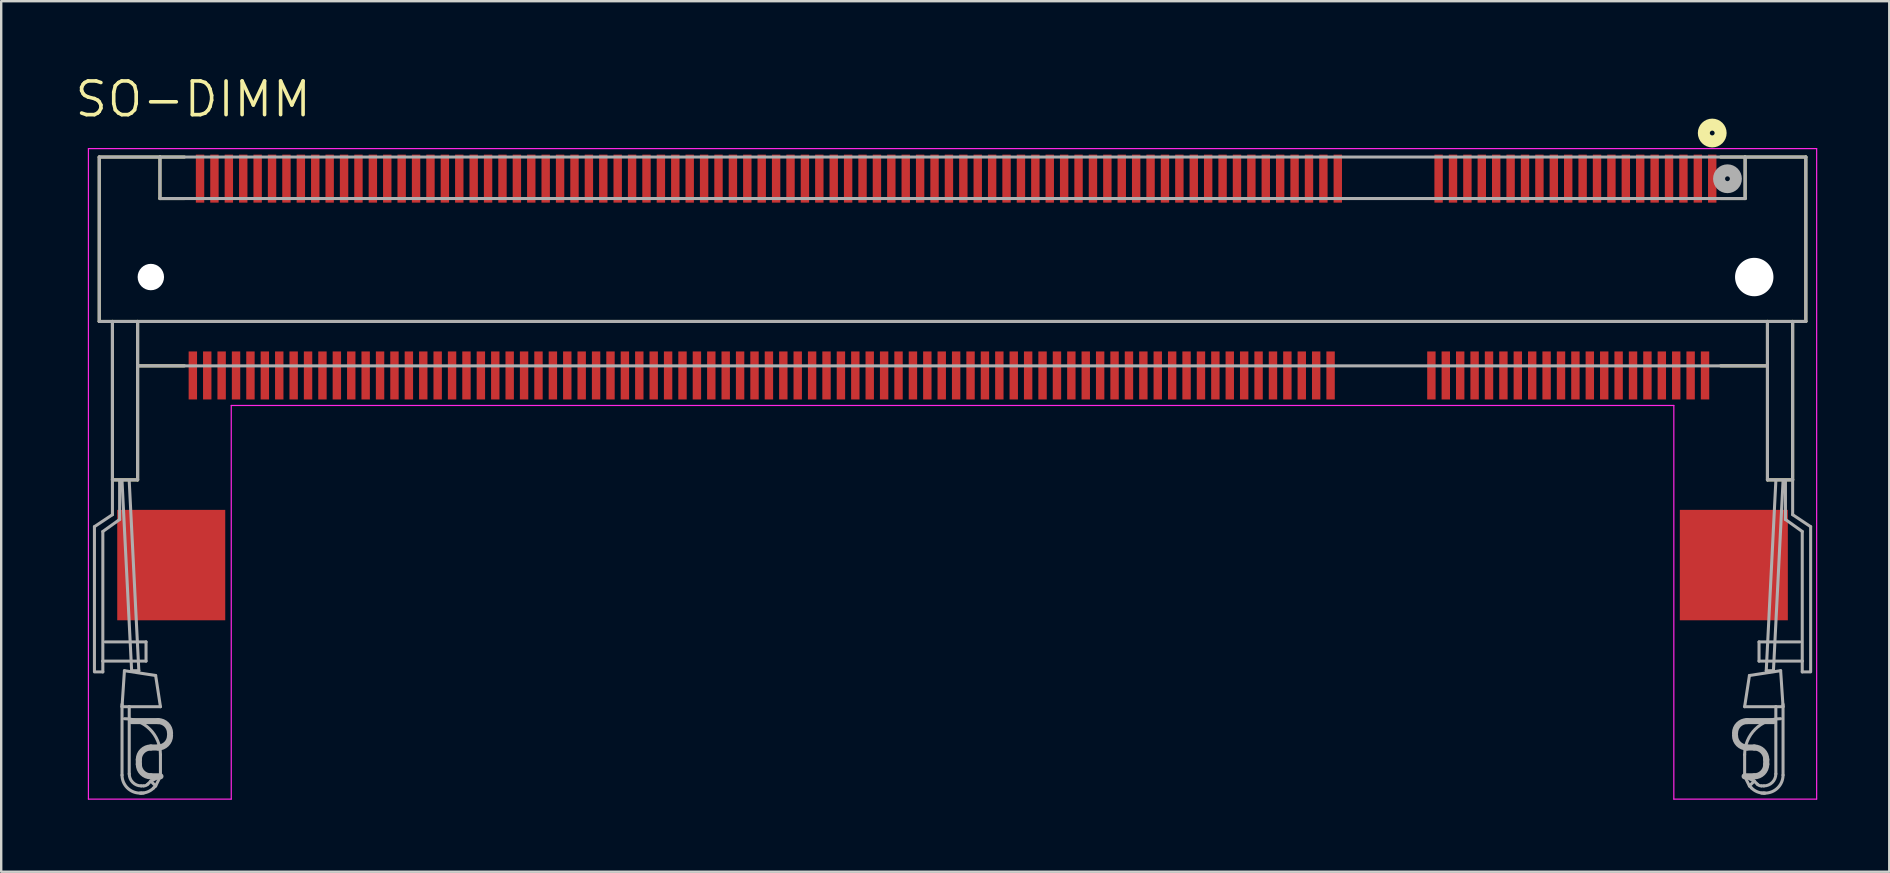
<source format=kicad_pcb>
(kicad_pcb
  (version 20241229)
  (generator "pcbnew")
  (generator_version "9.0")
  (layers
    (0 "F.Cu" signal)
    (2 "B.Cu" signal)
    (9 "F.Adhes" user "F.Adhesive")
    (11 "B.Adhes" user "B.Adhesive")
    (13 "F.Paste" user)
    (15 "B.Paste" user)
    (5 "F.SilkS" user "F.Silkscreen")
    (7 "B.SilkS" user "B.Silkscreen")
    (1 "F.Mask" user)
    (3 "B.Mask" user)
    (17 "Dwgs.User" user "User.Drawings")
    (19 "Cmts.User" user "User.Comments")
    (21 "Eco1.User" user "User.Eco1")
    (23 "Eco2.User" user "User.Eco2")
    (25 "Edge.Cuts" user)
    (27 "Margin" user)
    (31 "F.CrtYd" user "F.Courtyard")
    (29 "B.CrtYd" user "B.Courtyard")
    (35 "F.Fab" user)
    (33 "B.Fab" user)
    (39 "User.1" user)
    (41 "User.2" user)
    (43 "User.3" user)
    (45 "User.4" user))
  (footprint "SO-DIMM"
    (layer "F.Cu")
    (at 36.634 8.492)
    (property "Reference" "SO-DIMM" (at -31.637 -7.408 0) (layer "F.SilkS") (effects (font (size 1.404 1.404) (thickness 0.15))))
    (attr smd)
    (fp_line (start -35.55 -5) (end -35.55 1.85) (stroke (width 0.127) (type solid)) (layer "F.SilkS"))
    (fp_line (start -35.55 -5) (end -33.02 -5) (stroke (width 0.127) (type solid)) (layer "F.SilkS"))
    (fp_line (start -35.55 1.85) (end -35 1.85) (stroke (width 0.127) (type solid)) (layer "F.SilkS"))
    (fp_line (start -35 1.85) (end -35 8.45) (stroke (width 0.127) (type solid)) (layer "F.SilkS"))
    (fp_line (start -35 1.85) (end -33.95 1.85) (stroke (width 0.127) (type solid)) (layer "F.SilkS"))
    (fp_line (start -33.95 1.85) (end -33.95 3.7) (stroke (width 0.127) (type solid)) (layer "F.SilkS"))
    (fp_line (start -33.95 1.85) (end 33.95 1.85) (stroke (width 0.127) (type solid)) (layer "F.SilkS"))
    (fp_line (start -33.95 3.7) (end -33.95 8.45) (stroke (width 0.127) (type solid)) (layer "F.SilkS"))
    (fp_line (start -33.95 3.7) (end -32 3.7) (stroke (width 0.127) (type solid)) (layer "F.SilkS"))
    (fp_line (start -33.95 8.45) (end -35 8.45) (stroke (width 0.127) (type solid)) (layer "F.SilkS"))
    (fp_line (start -33.02 -5) (end -33.02 -3.27) (stroke (width 0.127) (type solid)) (layer "F.SilkS"))
    (fp_line (start -33.02 -3.27) (end -32 -3.27) (stroke (width 0.127) (type solid)) (layer "F.SilkS"))
    (fp_line (start -33 -5) (end -32 -5) (stroke (width 0.127) (type solid)) (layer "F.SilkS"))
    (fp_line (start 32 -5) (end 33 -5) (stroke (width 0.127) (type solid)) (layer "F.SilkS"))
    (fp_line (start 32 3.7) (end 33.95 3.7) (stroke (width 0.127) (type solid)) (layer "F.SilkS"))
    (fp_line (start 33.02 -5) (end 33.02 -3.27) (stroke (width 0.127) (type solid)) (layer "F.SilkS"))
    (fp_line (start 33.02 -3.27) (end 32 -3.27) (stroke (width 0.127) (type solid)) (layer "F.SilkS"))
    (fp_line (start 33.95 1.85) (end 33.95 8.45) (stroke (width 0.127) (type solid)) (layer "F.SilkS"))
    (fp_line (start 33.95 1.85) (end 35 1.85) (stroke (width 0.127) (type solid)) (layer "F.SilkS"))
    (fp_line (start 33.95 8.45) (end 35 8.45) (stroke (width 0.127) (type solid)) (layer "F.SilkS"))
    (fp_line (start 35 1.85) (end 35.55 1.85) (stroke (width 0.127) (type solid)) (layer "F.SilkS"))
    (fp_line (start 35 8.45) (end 35 1.85) (stroke (width 0.127) (type solid)) (layer "F.SilkS"))
    (fp_line (start 35.55 -5) (end 33.02 -5) (stroke (width 0.127) (type solid)) (layer "F.SilkS"))
    (fp_line (start 35.55 1.85) (end 35.55 -5) (stroke (width 0.127) (type solid)) (layer "F.SilkS"))
    (fp_circle (center 31.65 -6) (end 31.75 -6) (stroke (width 0.5) (type solid)) (fill no) (layer "F.SilkS"))
    (fp_line (start -36 -5.35) (end 36 -5.35) (stroke (width 0.05) (type solid)) (layer "F.CrtYd"))
    (fp_line (start -36 21.75) (end -36 -5.35) (stroke (width 0.05) (type solid)) (layer "F.CrtYd"))
    (fp_line (start -36 21.75) (end -30.05 21.75) (stroke (width 0.05) (type solid)) (layer "F.CrtYd"))
    (fp_line (start -30.05 5.35) (end 30.05 5.35) (stroke (width 0.05) (type solid)) (layer "F.CrtYd"))
    (fp_line (start -30.05 21.75) (end -30.05 5.35) (stroke (width 0.05) (type solid)) (layer "F.CrtYd"))
    (fp_line (start 30.05 5.35) (end 30.05 21.75) (stroke (width 0.05) (type solid)) (layer "F.CrtYd"))
    (fp_line (start 30.05 21.75) (end 36 21.75) (stroke (width 0.05) (type solid)) (layer "F.CrtYd"))
    (fp_line (start 36 -5.35) (end 36 21.75) (stroke (width 0.05) (type solid)) (layer "F.CrtYd"))
    (fp_line (start -35.75 10.4) (end -35.75 16.45) (stroke (width 0.127) (type solid)) (layer "F.Fab"))
    (fp_line (start -35.7 16.45) (end -35.4 16.45) (stroke (width 0.127) (type solid)) (layer "F.Fab"))
    (fp_line (start -35.55 -5) (end -35.55 1.85) (stroke (width 0.127) (type solid)) (layer "F.Fab"))
    (fp_line (start -35.55 1.85) (end -35 1.85) (stroke (width 0.127) (type solid)) (layer "F.Fab"))
    (fp_line (start -35.4 16) (end -35.4 10.6) (stroke (width 0.127) (type solid)) (layer "F.Fab"))
    (fp_line (start -35.4 16.45) (end -35.4 16) (stroke (width 0.127) (type solid)) (layer "F.Fab"))
    (fp_line (start -35.3 15.2) (end -33.6 15.2) (stroke (width 0.127) (type solid)) (layer "F.Fab"))
    (fp_line (start -35 1.85) (end -35 8.45) (stroke (width 0.127) (type solid)) (layer "F.Fab"))
    (fp_line (start -35 1.85) (end -33.95 1.85) (stroke (width 0.127) (type solid)) (layer "F.Fab"))
    (fp_line (start -35 8.45) (end -35 9.9) (stroke (width 0.127) (type solid)) (layer "F.Fab"))
    (fp_line (start -35 8.45) (end -33.95 8.45) (stroke (width 0.127) (type solid)) (layer "F.Fab"))
    (fp_line (start -35 9.9) (end -35.75 10.4) (stroke (width 0.127) (type solid)) (layer "F.Fab"))
    (fp_line (start -34.7 8.5) (end -34.7 10.1) (stroke (width 0.127) (type solid)) (layer "F.Fab"))
    (fp_line (start -34.7 10.1) (end -35.4 10.6) (stroke (width 0.127) (type solid)) (layer "F.Fab"))
    (fp_line (start -34.6 8.5) (end -34.2 16.4) (stroke (width 0.127) (type solid)) (layer "F.Fab"))
    (fp_line (start -34.6 17.8) (end -34.6 20.75) (stroke (width 0.127) (type solid)) (layer "F.Fab"))
    (fp_line (start -34.6 17.9) (end -34.5 16.4) (stroke (width 0.127) (type solid)) (layer "F.Fab"))
    (fp_line (start -34.5 16.4) (end -33.2 16.6) (stroke (width 0.127) (type solid)) (layer "F.Fab"))
    (fp_line (start -34.3 17.9) (end -34.6 17.9) (stroke (width 0.127) (type solid)) (layer "F.Fab"))
    (fp_line (start -34.3 20.7) (end -34.3 17.9) (stroke (width 0.127) (type solid)) (layer "F.Fab"))
    (fp_line (start -34.2 16.4) (end -33.9 16.4) (stroke (width 0.127) (type solid)) (layer "F.Fab"))
    (fp_line (start -33.95 1.85) (end 33.95 1.85) (stroke (width 0.127) (type solid)) (layer "F.Fab"))
    (fp_line (start -33.95 3.7) (end -33.95 1.85) (stroke (width 0.127) (type solid)) (layer "F.Fab"))
    (fp_line (start -33.95 8.45) (end -33.95 3.7) (stroke (width 0.127) (type solid)) (layer "F.Fab"))
    (fp_line (start -33.9 16.4) (end -34.3 8.5) (stroke (width 0.127) (type solid)) (layer "F.Fab"))
    (fp_line (start -33.9 20.3) (end -33.9 20.1) (stroke (width 0.254) (type solid)) (layer "F.Fab"))
    (fp_line (start -33.85 21.5) (end -33.8 21.5) (stroke (width 0.127) (type solid)) (layer "F.Fab"))
    (fp_line (start -33.8 21.5) (end -33.707 21.5) (stroke (width 0.127) (type solid)) (layer "F.Fab"))
    (fp_line (start -33.707 21.2) (end -33.8 21.2) (stroke (width 0.127) (type solid)) (layer "F.Fab"))
    (fp_line (start -33.6 15.2) (end -33.6 16) (stroke (width 0.127) (type solid)) (layer "F.Fab"))
    (fp_line (start -33.6 16) (end -35.4 16) (stroke (width 0.127) (type solid)) (layer "F.Fab"))
    (fp_line (start -33.529 21.129) (end -33.4 21) (stroke (width 0.127) (type solid)) (layer "F.Fab"))
    (fp_line (start -33.4 19.6) (end -33.1 19.6) (stroke (width 0.254) (type solid)) (layer "F.Fab"))
    (fp_line (start -33.288 21.288) (end -33.2 21.2) (stroke (width 0.127) (type solid)) (layer "F.Fab"))
    (fp_line (start -33.2 16.6) (end -33 17.9) (stroke (width 0.127) (type solid)) (layer "F.Fab"))
    (fp_line (start -33.2 21.2) (end -33.4 21) (stroke (width 0.127) (type solid)) (layer "F.Fab"))
    (fp_line (start -33.2 21.2) (end -33 20.8) (stroke (width 0.127) (type solid)) (layer "F.Fab"))
    (fp_line (start -33.1 18.5) (end -34.2 18.5) (stroke (width 0.254) (type solid)) (layer "F.Fab"))
    (fp_line (start -33.02 -5) (end -35.55 -5) (stroke (width 0.127) (type solid)) (layer "F.Fab"))
    (fp_line (start -33.02 -3.27) (end -33.02 -5) (stroke (width 0.127) (type solid)) (layer "F.Fab"))
    (fp_line (start -33 17.9) (end -34.3 17.9) (stroke (width 0.127) (type solid)) (layer "F.Fab"))
    (fp_line (start -33 20.8) (end -33.4 20.8) (stroke (width 0.254) (type solid)) (layer "F.Fab"))
    (fp_line (start -33 20.8) (end -33.4 21) (stroke (width 0.127) (type solid)) (layer "F.Fab"))
    (fp_line (start -33 20.8) (end -33 19.9) (stroke (width 0.127) (type solid)) (layer "F.Fab"))
    (fp_line (start -32.6 19.1) (end -32.6 19) (stroke (width 0.127) (type solid)) (layer "F.Fab"))
    (fp_line (start 32.6 19.1) (end 32.6 19) (stroke (width 0.127) (type solid)) (layer "F.Fab"))
    (fp_line (start 33 17.9) (end 34.3 17.9) (stroke (width 0.127) (type solid)) (layer "F.Fab"))
    (fp_line (start 33 20.8) (end 33 19.9) (stroke (width 0.127) (type solid)) (layer "F.Fab"))
    (fp_line (start 33 20.8) (end 33.4 20.8) (stroke (width 0.254) (type solid)) (layer "F.Fab"))
    (fp_line (start 33 20.8) (end 33.4 21) (stroke (width 0.127) (type solid)) (layer "F.Fab"))
    (fp_line (start 33.02 -5) (end -33.02 -5) (stroke (width 0.127) (type solid)) (layer "F.Fab"))
    (fp_line (start 33.02 -5) (end 33.02 -3.27) (stroke (width 0.127) (type solid)) (layer "F.Fab"))
    (fp_line (start 33.02 -3.27) (end -33.02 -3.27) (stroke (width 0.127) (type solid)) (layer "F.Fab"))
    (fp_line (start 33.1 18.5) (end 34.2 18.5) (stroke (width 0.254) (type solid)) (layer "F.Fab"))
    (fp_line (start 33.2 16.6) (end 33 17.9) (stroke (width 0.127) (type solid)) (layer "F.Fab"))
    (fp_line (start 33.2 21.2) (end 33 20.8) (stroke (width 0.127) (type solid)) (layer "F.Fab"))
    (fp_line (start 33.2 21.2) (end 33.4 21) (stroke (width 0.127) (type solid)) (layer "F.Fab"))
    (fp_line (start 33.288 21.288) (end 33.2 21.2) (stroke (width 0.127) (type solid)) (layer "F.Fab"))
    (fp_line (start 33.4 19.6) (end 33.1 19.6) (stroke (width 0.254) (type solid)) (layer "F.Fab"))
    (fp_line (start 33.529 21.129) (end 33.4 21) (stroke (width 0.127) (type solid)) (layer "F.Fab"))
    (fp_line (start 33.6 15.2) (end 33.6 16) (stroke (width 0.127) (type solid)) (layer "F.Fab"))
    (fp_line (start 33.6 16) (end 35.4 16) (stroke (width 0.127) (type solid)) (layer "F.Fab"))
    (fp_line (start 33.707 21.2) (end 33.8 21.2) (stroke (width 0.127) (type solid)) (layer "F.Fab"))
    (fp_line (start 33.8 21.5) (end 33.707 21.5) (stroke (width 0.127) (type solid)) (layer "F.Fab"))
    (fp_line (start 33.85 21.5) (end 33.8 21.5) (stroke (width 0.127) (type solid)) (layer "F.Fab"))
    (fp_line (start 33.9 16.4) (end 34.3 8.5) (stroke (width 0.127) (type solid)) (layer "F.Fab"))
    (fp_line (start 33.9 20.3) (end 33.9 20.1) (stroke (width 0.254) (type solid)) (layer "F.Fab"))
    (fp_line (start 33.95 1.85) (end 33.95 3.7) (stroke (width 0.127) (type solid)) (layer "F.Fab"))
    (fp_line (start 33.95 1.85) (end 35.55 1.85) (stroke (width 0.127) (type solid)) (layer "F.Fab"))
    (fp_line (start 33.95 3.7) (end -33.95 3.7) (stroke (width 0.127) (type solid)) (layer "F.Fab"))
    (fp_line (start 33.95 8.45) (end 33.95 3.7) (stroke (width 0.127) (type solid)) (layer "F.Fab"))
    (fp_line (start 34.2 16.4) (end 33.9 16.4) (stroke (width 0.127) (type solid)) (layer "F.Fab"))
    (fp_line (start 34.3 17.9) (end 34.6 17.9) (stroke (width 0.127) (type solid)) (layer "F.Fab"))
    (fp_line (start 34.3 20.7) (end 34.3 17.9) (stroke (width 0.127) (type solid)) (layer "F.Fab"))
    (fp_line (start 34.5 16.4) (end 33.2 16.6) (stroke (width 0.127) (type solid)) (layer "F.Fab"))
    (fp_line (start 34.6 8.5) (end 34.2 16.4) (stroke (width 0.127) (type solid)) (layer "F.Fab"))
    (fp_line (start 34.6 17.8) (end 34.6 20.75) (stroke (width 0.127) (type solid)) (layer "F.Fab"))
    (fp_line (start 34.6 17.9) (end 34.5 16.4) (stroke (width 0.127) (type solid)) (layer "F.Fab"))
    (fp_line (start 34.7 8.5) (end 34.7 10.1) (stroke (width 0.127) (type solid)) (layer "F.Fab"))
    (fp_line (start 34.7 10.1) (end 35.4 10.6) (stroke (width 0.127) (type solid)) (layer "F.Fab"))
    (fp_line (start 35 1.85) (end 35 8.45) (stroke (width 0.127) (type solid)) (layer "F.Fab"))
    (fp_line (start 35 8.45) (end 33.95 8.45) (stroke (width 0.127) (type solid)) (layer "F.Fab"))
    (fp_line (start 35 8.45) (end 35 9.9) (stroke (width 0.127) (type solid)) (layer "F.Fab"))
    (fp_line (start 35 9.9) (end 35.75 10.4) (stroke (width 0.127) (type solid)) (layer "F.Fab"))
    (fp_line (start 35.3 15.2) (end 33.6 15.2) (stroke (width 0.127) (type solid)) (layer "F.Fab"))
    (fp_line (start 35.4 16) (end 35.4 10.6) (stroke (width 0.127) (type solid)) (layer "F.Fab"))
    (fp_line (start 35.4 16.45) (end 35.4 16) (stroke (width 0.127) (type solid)) (layer "F.Fab"))
    (fp_line (start 35.55 -5) (end 33.02 -5) (stroke (width 0.127) (type solid)) (layer "F.Fab"))
    (fp_line (start 35.55 1.85) (end 35.55 -5) (stroke (width 0.127) (type solid)) (layer "F.Fab"))
    (fp_line (start 35.7 16.45) (end 35.4 16.45) (stroke (width 0.127) (type solid)) (layer "F.Fab"))
    (fp_line (start 35.75 10.4) (end 35.75 16.45) (stroke (width 0.127) (type solid)) (layer "F.Fab"))
    (fp_arc (start -34.5 18.4) (mid -33.43934 18.83934) (end -33 19.9) (stroke (width 0.127) (type solid)) (layer "F.Fab"))
    (fp_arc (start -33.9 20.1) (mid -33.753553 19.746447) (end -33.4 19.6) (stroke (width 0.254) (type solid)) (layer "F.Fab"))
    (fp_arc (start -33.85 21.5) (mid -34.38033 21.28033) (end -34.6 20.75) (stroke (width 0.127) (type solid)) (layer "F.Fab"))
    (fp_arc (start -33.8 21.2) (mid -34.153553 21.053553) (end -34.3 20.7) (stroke (width 0.127) (type solid)) (layer "F.Fab"))
    (fp_arc (start -33.5293 21.1293) (mid -33.607619 21.181627) (end -33.7 21.2) (stroke (width 0.127) (type solid)) (layer "F.Fab"))
    (fp_arc (start -33.4 20.8) (mid -33.753553 20.653553) (end -33.9 20.3) (stroke (width 0.254) (type solid)) (layer "F.Fab"))
    (fp_arc (start -33.2879 21.2879) (mid -33.522855 21.444881) (end -33.8 21.5) (stroke (width 0.127) (type solid)) (layer "F.Fab"))
    (fp_arc (start -33.1 18.5) (mid -32.746447 18.646447) (end -32.6 19) (stroke (width 0.254) (type solid)) (layer "F.Fab"))
    (fp_arc (start -32.6 19.1) (mid -32.746447 19.453553) (end -33.1 19.6) (stroke (width 0.254) (type solid)) (layer "F.Fab"))
    (fp_arc (start 32.6 19) (mid 32.746447 18.646447) (end 33.1 18.5) (stroke (width 0.254) (type solid)) (layer "F.Fab"))
    (fp_arc (start 33 19.9) (mid 33.43934 18.83934) (end 34.5 18.4) (stroke (width 0.127) (type solid)) (layer "F.Fab"))
    (fp_arc (start 33.1 19.6) (mid 32.746447 19.453553) (end 32.6 19.1) (stroke (width 0.254) (type solid)) (layer "F.Fab"))
    (fp_arc (start 33.4 19.6) (mid 33.753553 19.746447) (end 33.9 20.1) (stroke (width 0.254) (type solid)) (layer "F.Fab"))
    (fp_arc (start 33.7 21.2) (mid 33.607619 21.181627) (end 33.5293 21.1293) (stroke (width 0.127) (type solid)) (layer "F.Fab"))
    (fp_arc (start 33.8 21.5) (mid 33.522856 21.444881) (end 33.2879 21.2879) (stroke (width 0.127) (type solid)) (layer "F.Fab"))
    (fp_arc (start 33.9 20.3) (mid 33.753553 20.653553) (end 33.4 20.8) (stroke (width 0.254) (type solid)) (layer "F.Fab"))
    (fp_arc (start 34.3 20.7) (mid 34.153553 21.053553) (end 33.8 21.2) (stroke (width 0.127) (type solid)) (layer "F.Fab"))
    (fp_arc (start 34.6 20.75) (mid 34.38033 21.28033) (end 33.85 21.5) (stroke (width 0.127) (type solid)) (layer "F.Fab"))
    (fp_circle (center 32.285 -4.095) (end 32.385 -4.095) (stroke (width 0.5) (type solid)) (fill no) (layer "F.Fab"))
    (pad "" np_thru_hole circle (at -33.4 0) (size 1.1 1.1) (drill 1.1) (layers "*.Cu" "*.Mask"))
    (pad "" np_thru_hole circle (at 33.4 0) (size 1.6 1.6) (drill 1.6) (layers "*.Cu" "*.Mask"))
    (pad "1" smd rect (at 31.65 -4.1) (size 0.35 2) (layers "F.Cu" "F.Mask" "F.Paste"))
    (pad "2" smd rect (at 31.35 4.1) (size 0.35 2) (layers "F.Cu" "F.Mask" "F.Paste"))
    (pad "3" smd rect (at 31.05 -4.1) (size 0.35 2) (layers "F.Cu" "F.Mask" "F.Paste"))
    (pad "4" smd rect (at 30.75 4.1) (size 0.35 2) (layers "F.Cu" "F.Mask" "F.Paste"))
    (pad "5" smd rect (at 30.45 -4.1) (size 0.35 2) (layers "F.Cu" "F.Mask" "F.Paste"))
    (pad "6" smd rect (at 30.15 4.1) (size 0.35 2) (layers "F.Cu" "F.Mask" "F.Paste"))
    (pad "7" smd rect (at 29.85 -4.1) (size 0.35 2) (layers "F.Cu" "F.Mask" "F.Paste"))
    (pad "8" smd rect (at 29.55 4.1) (size 0.35 2) (layers "F.Cu" "F.Mask" "F.Paste"))
    (pad "9" smd rect (at 29.25 -4.1) (size 0.35 2) (layers "F.Cu" "F.Mask" "F.Paste"))
    (pad "10" smd rect (at 28.95 4.1) (size 0.35 2) (layers "F.Cu" "F.Mask" "F.Paste"))
    (pad "11" smd rect (at 28.65 -4.1) (size 0.35 2) (layers "F.Cu" "F.Mask" "F.Paste"))
    (pad "12" smd rect (at 28.35 4.1) (size 0.35 2) (layers "F.Cu" "F.Mask" "F.Paste"))
    (pad "13" smd rect (at 28.05 -4.1) (size 0.35 2) (layers "F.Cu" "F.Mask" "F.Paste"))
    (pad "14" smd rect (at 27.75 4.1) (size 0.35 2) (layers "F.Cu" "F.Mask" "F.Paste"))
    (pad "15" smd rect (at 27.45 -4.1) (size 0.35 2) (layers "F.Cu" "F.Mask" "F.Paste"))
    (pad "16" smd rect (at 27.15 4.1) (size 0.35 2) (layers "F.Cu" "F.Mask" "F.Paste"))
    (pad "17" smd rect (at 26.85 -4.1) (size 0.35 2) (layers "F.Cu" "F.Mask" "F.Paste"))
    (pad "18" smd rect (at 26.55 4.1) (size 0.35 2) (layers "F.Cu" "F.Mask" "F.Paste"))
    (pad "19" smd rect (at 26.25 -4.1) (size 0.35 2) (layers "F.Cu" "F.Mask" "F.Paste"))
    (pad "20" smd rect (at 25.95 4.1) (size 0.35 2) (layers "F.Cu" "F.Mask" "F.Paste"))
    (pad "21" smd rect (at 25.65 -4.1) (size 0.35 2) (layers "F.Cu" "F.Mask" "F.Paste"))
    (pad "22" smd rect (at 25.35 4.1) (size 0.35 2) (layers "F.Cu" "F.Mask" "F.Paste"))
    (pad "23" smd rect (at 25.05 -4.1) (size 0.35 2) (layers "F.Cu" "F.Mask" "F.Paste"))
    (pad "24" smd rect (at 24.75 4.1) (size 0.35 2) (layers "F.Cu" "F.Mask" "F.Paste"))
    (pad "25" smd rect (at 24.45 -4.1) (size 0.35 2) (layers "F.Cu" "F.Mask" "F.Paste"))
    (pad "26" smd rect (at 24.15 4.1) (size 0.35 2) (layers "F.Cu" "F.Mask" "F.Paste"))
    (pad "27" smd rect (at 23.85 -4.1) (size 0.35 2) (layers "F.Cu" "F.Mask" "F.Paste"))
    (pad "28" smd rect (at 23.55 4.1) (size 0.35 2) (layers "F.Cu" "F.Mask" "F.Paste"))
    (pad "29" smd rect (at 23.25 -4.1) (size 0.35 2) (layers "F.Cu" "F.Mask" "F.Paste"))
    (pad "30" smd rect (at 22.95 4.1) (size 0.35 2) (layers "F.Cu" "F.Mask" "F.Paste"))
    (pad "31" smd rect (at 22.65 -4.1) (size 0.35 2) (layers "F.Cu" "F.Mask" "F.Paste"))
    (pad "32" smd rect (at 22.35 4.1) (size 0.35 2) (layers "F.Cu" "F.Mask" "F.Paste"))
    (pad "33" smd rect (at 22.05 -4.1) (size 0.35 2) (layers "F.Cu" "F.Mask" "F.Paste"))
    (pad "34" smd rect (at 21.75 4.1) (size 0.35 2) (layers "F.Cu" "F.Mask" "F.Paste"))
    (pad "35" smd rect (at 21.45 -4.1) (size 0.35 2) (layers "F.Cu" "F.Mask" "F.Paste"))
    (pad "36" smd rect (at 21.15 4.1) (size 0.35 2) (layers "F.Cu" "F.Mask" "F.Paste"))
    (pad "37" smd rect (at 20.85 -4.1) (size 0.35 2) (layers "F.Cu" "F.Mask" "F.Paste"))
    (pad "38" smd rect (at 20.55 4.1) (size 0.35 2) (layers "F.Cu" "F.Mask" "F.Paste"))
    (pad "39" smd rect (at 20.25 -4.1) (size 0.35 2) (layers "F.Cu" "F.Mask" "F.Paste"))
    (pad "40" smd rect (at 19.95 4.1) (size 0.35 2) (layers "F.Cu" "F.Mask" "F.Paste"))
    (pad "41" smd rect (at 16.05 -4.1) (size 0.35 2) (layers "F.Cu" "F.Mask" "F.Paste"))
    (pad "42" smd rect (at 15.75 4.1) (size 0.35 2) (layers "F.Cu" "F.Mask" "F.Paste"))
    (pad "43" smd rect (at 15.45 -4.1) (size 0.35 2) (layers "F.Cu" "F.Mask" "F.Paste"))
    (pad "44" smd rect (at 15.15 4.1) (size 0.35 2) (layers "F.Cu" "F.Mask" "F.Paste"))
    (pad "45" smd rect (at 14.85 -4.1) (size 0.35 2) (layers "F.Cu" "F.Mask" "F.Paste"))
    (pad "46" smd rect (at 14.55 4.1) (size 0.35 2) (layers "F.Cu" "F.Mask" "F.Paste"))
    (pad "47" smd rect (at 14.25 -4.1) (size 0.35 2) (layers "F.Cu" "F.Mask" "F.Paste"))
    (pad "48" smd rect (at 13.95 4.1) (size 0.35 2) (layers "F.Cu" "F.Mask" "F.Paste"))
    (pad "49" smd rect (at 13.65 -4.1) (size 0.35 2) (layers "F.Cu" "F.Mask" "F.Paste"))
    (pad "50" smd rect (at 13.35 4.1) (size 0.35 2) (layers "F.Cu" "F.Mask" "F.Paste"))
    (pad "51" smd rect (at 13.05 -4.1) (size 0.35 2) (layers "F.Cu" "F.Mask" "F.Paste"))
    (pad "52" smd rect (at 12.75 4.1) (size 0.35 2) (layers "F.Cu" "F.Mask" "F.Paste"))
    (pad "53" smd rect (at 12.45 -4.1) (size 0.35 2) (layers "F.Cu" "F.Mask" "F.Paste"))
    (pad "54" smd rect (at 12.15 4.1) (size 0.35 2) (layers "F.Cu" "F.Mask" "F.Paste"))
    (pad "55" smd rect (at 11.85 -4.1) (size 0.35 2) (layers "F.Cu" "F.Mask" "F.Paste"))
    (pad "56" smd rect (at 11.55 4.1) (size 0.35 2) (layers "F.Cu" "F.Mask" "F.Paste"))
    (pad "57" smd rect (at 11.25 -4.1) (size 0.35 2) (layers "F.Cu" "F.Mask" "F.Paste"))
    (pad "58" smd rect (at 10.95 4.1) (size 0.35 2) (layers "F.Cu" "F.Mask" "F.Paste"))
    (pad "59" smd rect (at 10.65 -4.1) (size 0.35 2) (layers "F.Cu" "F.Mask" "F.Paste"))
    (pad "60" smd rect (at 10.35 4.1) (size 0.35 2) (layers "F.Cu" "F.Mask" "F.Paste"))
    (pad "61" smd rect (at 10.05 -4.1) (size 0.35 2) (layers "F.Cu" "F.Mask" "F.Paste"))
    (pad "62" smd rect (at 9.75 4.1) (size 0.35 2) (layers "F.Cu" "F.Mask" "F.Paste"))
    (pad "63" smd rect (at 9.45 -4.1) (size 0.35 2) (layers "F.Cu" "F.Mask" "F.Paste"))
    (pad "64" smd rect (at 9.15 4.1) (size 0.35 2) (layers "F.Cu" "F.Mask" "F.Paste"))
    (pad "65" smd rect (at 8.85 -4.1) (size 0.35 2) (layers "F.Cu" "F.Mask" "F.Paste"))
    (pad "66" smd rect (at 8.55 4.1) (size 0.35 2) (layers "F.Cu" "F.Mask" "F.Paste"))
    (pad "67" smd rect (at 8.25 -4.1) (size 0.35 2) (layers "F.Cu" "F.Mask" "F.Paste"))
    (pad "68" smd rect (at 7.95 4.1) (size 0.35 2) (layers "F.Cu" "F.Mask" "F.Paste"))
    (pad "69" smd rect (at 7.65 -4.1) (size 0.35 2) (layers "F.Cu" "F.Mask" "F.Paste"))
    (pad "70" smd rect (at 7.35 4.1) (size 0.35 2) (layers "F.Cu" "F.Mask" "F.Paste"))
    (pad "71" smd rect (at 7.05 -4.1) (size 0.35 2) (layers "F.Cu" "F.Mask" "F.Paste"))
    (pad "72" smd rect (at 6.75 4.1) (size 0.35 2) (layers "F.Cu" "F.Mask" "F.Paste"))
    (pad "73" smd rect (at 6.45 -4.1) (size 0.35 2) (layers "F.Cu" "F.Mask" "F.Paste"))
    (pad "74" smd rect (at 6.15 4.1) (size 0.35 2) (layers "F.Cu" "F.Mask" "F.Paste"))
    (pad "75" smd rect (at 5.85 -4.1) (size 0.35 2) (layers "F.Cu" "F.Mask" "F.Paste"))
    (pad "76" smd rect (at 5.55 4.1) (size 0.35 2) (layers "F.Cu" "F.Mask" "F.Paste"))
    (pad "77" smd rect (at 5.25 -4.1) (size 0.35 2) (layers "F.Cu" "F.Mask" "F.Paste"))
    (pad "78" smd rect (at 4.95 4.1) (size 0.35 2) (layers "F.Cu" "F.Mask" "F.Paste"))
    (pad "79" smd rect (at 4.65 -4.1) (size 0.35 2) (layers "F.Cu" "F.Mask" "F.Paste"))
    (pad "80" smd rect (at 4.35 4.1) (size 0.35 2) (layers "F.Cu" "F.Mask" "F.Paste"))
    (pad "81" smd rect (at 4.05 -4.1) (size 0.35 2) (layers "F.Cu" "F.Mask" "F.Paste"))
    (pad "82" smd rect (at 3.75 4.1) (size 0.35 2) (layers "F.Cu" "F.Mask" "F.Paste"))
    (pad "83" smd rect (at 3.45 -4.1) (size 0.35 2) (layers "F.Cu" "F.Mask" "F.Paste"))
    (pad "84" smd rect (at 3.15 4.1) (size 0.35 2) (layers "F.Cu" "F.Mask" "F.Paste"))
    (pad "85" smd rect (at 2.85 -4.1) (size 0.35 2) (layers "F.Cu" "F.Mask" "F.Paste"))
    (pad "86" smd rect (at 2.55 4.1) (size 0.35 2) (layers "F.Cu" "F.Mask" "F.Paste"))
    (pad "87" smd rect (at 2.25 -4.1) (size 0.35 2) (layers "F.Cu" "F.Mask" "F.Paste"))
    (pad "88" smd rect (at 1.95 4.1) (size 0.35 2) (layers "F.Cu" "F.Mask" "F.Paste"))
    (pad "89" smd rect (at 1.65 -4.1) (size 0.35 2) (layers "F.Cu" "F.Mask" "F.Paste"))
    (pad "90" smd rect (at 1.35 4.1) (size 0.35 2) (layers "F.Cu" "F.Mask" "F.Paste"))
    (pad "91" smd rect (at 1.05 -4.1) (size 0.35 2) (layers "F.Cu" "F.Mask" "F.Paste"))
    (pad "92" smd rect (at 0.75 4.1) (size 0.35 2) (layers "F.Cu" "F.Mask" "F.Paste"))
    (pad "93" smd rect (at 0.45 -4.1) (size 0.35 2) (layers "F.Cu" "F.Mask" "F.Paste"))
    (pad "94" smd rect (at 0.15 4.1) (size 0.35 2) (layers "F.Cu" "F.Mask" "F.Paste"))
    (pad "95" smd rect (at -0.15 -4.1) (size 0.35 2) (layers "F.Cu" "F.Mask" "F.Paste"))
    (pad "96" smd rect (at -0.45 4.1) (size 0.35 2) (layers "F.Cu" "F.Mask" "F.Paste"))
    (pad "97" smd rect (at -0.75 -4.1) (size 0.35 2) (layers "F.Cu" "F.Mask" "F.Paste"))
    (pad "98" smd rect (at -1.05 4.1) (size 0.35 2) (layers "F.Cu" "F.Mask" "F.Paste"))
    (pad "99" smd rect (at -1.35 -4.1) (size 0.35 2) (layers "F.Cu" "F.Mask" "F.Paste"))
    (pad "100" smd rect (at -1.65 4.1) (size 0.35 2) (layers "F.Cu" "F.Mask" "F.Paste"))
    (pad "101" smd rect (at -1.95 -4.1) (size 0.35 2) (layers "F.Cu" "F.Mask" "F.Paste"))
    (pad "102" smd rect (at -2.25 4.1) (size 0.35 2) (layers "F.Cu" "F.Mask" "F.Paste"))
    (pad "103" smd rect (at -2.55 -4.1) (size 0.35 2) (layers "F.Cu" "F.Mask" "F.Paste"))
    (pad "104" smd rect (at -2.85 4.1) (size 0.35 2) (layers "F.Cu" "F.Mask" "F.Paste"))
    (pad "105" smd rect (at -3.15 -4.1) (size 0.35 2) (layers "F.Cu" "F.Mask" "F.Paste"))
    (pad "106" smd rect (at -3.45 4.1) (size 0.35 2) (layers "F.Cu" "F.Mask" "F.Paste"))
    (pad "107" smd rect (at -3.75 -4.1) (size 0.35 2) (layers "F.Cu" "F.Mask" "F.Paste"))
    (pad "108" smd rect (at -4.05 4.1) (size 0.35 2) (layers "F.Cu" "F.Mask" "F.Paste"))
    (pad "109" smd rect (at -4.35 -4.1) (size 0.35 2) (layers "F.Cu" "F.Mask" "F.Paste"))
    (pad "110" smd rect (at -4.65 4.1) (size 0.35 2) (layers "F.Cu" "F.Mask" "F.Paste"))
    (pad "111" smd rect (at -4.95 -4.1) (size 0.35 2) (layers "F.Cu" "F.Mask" "F.Paste"))
    (pad "112" smd rect (at -5.25 4.1) (size 0.35 2) (layers "F.Cu" "F.Mask" "F.Paste"))
    (pad "113" smd rect (at -5.55 -4.1) (size 0.35 2) (layers "F.Cu" "F.Mask" "F.Paste"))
    (pad "114" smd rect (at -5.85 4.1) (size 0.35 2) (layers "F.Cu" "F.Mask" "F.Paste"))
    (pad "115" smd rect (at -6.15 -4.1) (size 0.35 2) (layers "F.Cu" "F.Mask" "F.Paste"))
    (pad "116" smd rect (at -6.45 4.1) (size 0.35 2) (layers "F.Cu" "F.Mask" "F.Paste"))
    (pad "117" smd rect (at -6.75 -4.1) (size 0.35 2) (layers "F.Cu" "F.Mask" "F.Paste"))
    (pad "118" smd rect (at -7.05 4.1) (size 0.35 2) (layers "F.Cu" "F.Mask" "F.Paste"))
    (pad "119" smd rect (at -7.35 -4.1) (size 0.35 2) (layers "F.Cu" "F.Mask" "F.Paste"))
    (pad "120" smd rect (at -7.65 4.1) (size 0.35 2) (layers "F.Cu" "F.Mask" "F.Paste"))
    (pad "121" smd rect (at -7.95 -4.1) (size 0.35 2) (layers "F.Cu" "F.Mask" "F.Paste"))
    (pad "122" smd rect (at -8.25 4.1) (size 0.35 2) (layers "F.Cu" "F.Mask" "F.Paste"))
    (pad "123" smd rect (at -8.55 -4.1) (size 0.35 2) (layers "F.Cu" "F.Mask" "F.Paste"))
    (pad "124" smd rect (at -8.85 4.1) (size 0.35 2) (layers "F.Cu" "F.Mask" "F.Paste"))
    (pad "125" smd rect (at -9.15 -4.1) (size 0.35 2) (layers "F.Cu" "F.Mask" "F.Paste"))
    (pad "126" smd rect (at -9.45 4.1) (size 0.35 2) (layers "F.Cu" "F.Mask" "F.Paste"))
    (pad "127" smd rect (at -9.75 -4.1) (size 0.35 2) (layers "F.Cu" "F.Mask" "F.Paste"))
    (pad "128" smd rect (at -10.05 4.1) (size 0.35 2) (layers "F.Cu" "F.Mask" "F.Paste"))
    (pad "129" smd rect (at -10.35 -4.1) (size 0.35 2) (layers "F.Cu" "F.Mask" "F.Paste"))
    (pad "130" smd rect (at -10.65 4.1) (size 0.35 2) (layers "F.Cu" "F.Mask" "F.Paste"))
    (pad "131" smd rect (at -10.95 -4.1) (size 0.35 2) (layers "F.Cu" "F.Mask" "F.Paste"))
    (pad "132" smd rect (at -11.25 4.1) (size 0.35 2) (layers "F.Cu" "F.Mask" "F.Paste"))
    (pad "133" smd rect (at -11.55 -4.1) (size 0.35 2) (layers "F.Cu" "F.Mask" "F.Paste"))
    (pad "134" smd rect (at -11.85 4.1) (size 0.35 2) (layers "F.Cu" "F.Mask" "F.Paste"))
    (pad "135" smd rect (at -12.15 -4.1) (size 0.35 2) (layers "F.Cu" "F.Mask" "F.Paste"))
    (pad "136" smd rect (at -12.45 4.1) (size 0.35 2) (layers "F.Cu" "F.Mask" "F.Paste"))
    (pad "137" smd rect (at -12.75 -4.1) (size 0.35 2) (layers "F.Cu" "F.Mask" "F.Paste"))
    (pad "138" smd rect (at -13.05 4.1) (size 0.35 2) (layers "F.Cu" "F.Mask" "F.Paste"))
    (pad "139" smd rect (at -13.35 -4.1) (size 0.35 2) (layers "F.Cu" "F.Mask" "F.Paste"))
    (pad "140" smd rect (at -13.65 4.1) (size 0.35 2) (layers "F.Cu" "F.Mask" "F.Paste"))
    (pad "141" smd rect (at -13.95 -4.1) (size 0.35 2) (layers "F.Cu" "F.Mask" "F.Paste"))
    (pad "142" smd rect (at -14.25 4.1) (size 0.35 2) (layers "F.Cu" "F.Mask" "F.Paste"))
    (pad "143" smd rect (at -14.55 -4.1) (size 0.35 2) (layers "F.Cu" "F.Mask" "F.Paste"))
    (pad "144" smd rect (at -14.85 4.1) (size 0.35 2) (layers "F.Cu" "F.Mask" "F.Paste"))
    (pad "145" smd rect (at -15.15 -4.1) (size 0.35 2) (layers "F.Cu" "F.Mask" "F.Paste"))
    (pad "146" smd rect (at -15.45 4.1) (size 0.35 2) (layers "F.Cu" "F.Mask" "F.Paste"))
    (pad "147" smd rect (at -15.75 -4.1) (size 0.35 2) (layers "F.Cu" "F.Mask" "F.Paste"))
    (pad "148" smd rect (at -16.05 4.1) (size 0.35 2) (layers "F.Cu" "F.Mask" "F.Paste"))
    (pad "149" smd rect (at -16.35 -4.1) (size 0.35 2) (layers "F.Cu" "F.Mask" "F.Paste"))
    (pad "150" smd rect (at -16.65 4.1) (size 0.35 2) (layers "F.Cu" "F.Mask" "F.Paste"))
    (pad "151" smd rect (at -16.95 -4.1) (size 0.35 2) (layers "F.Cu" "F.Mask" "F.Paste"))
    (pad "152" smd rect (at -17.25 4.1) (size 0.35 2) (layers "F.Cu" "F.Mask" "F.Paste"))
    (pad "153" smd rect (at -17.55 -4.1) (size 0.35 2) (layers "F.Cu" "F.Mask" "F.Paste"))
    (pad "154" smd rect (at -17.85 4.1) (size 0.35 2) (layers "F.Cu" "F.Mask" "F.Paste"))
    (pad "155" smd rect (at -18.15 -4.1) (size 0.35 2) (layers "F.Cu" "F.Mask" "F.Paste"))
    (pad "156" smd rect (at -18.45 4.1) (size 0.35 2) (layers "F.Cu" "F.Mask" "F.Paste"))
    (pad "157" smd rect (at -18.75 -4.1) (size 0.35 2) (layers "F.Cu" "F.Mask" "F.Paste"))
    (pad "158" smd rect (at -19.05 4.1) (size 0.35 2) (layers "F.Cu" "F.Mask" "F.Paste"))
    (pad "159" smd rect (at -19.35 -4.1) (size 0.35 2) (layers "F.Cu" "F.Mask" "F.Paste"))
    (pad "160" smd rect (at -19.65 4.1) (size 0.35 2) (layers "F.Cu" "F.Mask" "F.Paste"))
    (pad "161" smd rect (at -19.95 -4.1) (size 0.35 2) (layers "F.Cu" "F.Mask" "F.Paste"))
    (pad "162" smd rect (at -20.25 4.1) (size 0.35 2) (layers "F.Cu" "F.Mask" "F.Paste"))
    (pad "163" smd rect (at -20.55 -4.1) (size 0.35 2) (layers "F.Cu" "F.Mask" "F.Paste"))
    (pad "164" smd rect (at -20.85 4.1) (size 0.35 2) (layers "F.Cu" "F.Mask" "F.Paste"))
    (pad "165" smd rect (at -21.15 -4.1) (size 0.35 2) (layers "F.Cu" "F.Mask" "F.Paste"))
    (pad "166" smd rect (at -21.45 4.1) (size 0.35 2) (layers "F.Cu" "F.Mask" "F.Paste"))
    (pad "167" smd rect (at -21.75 -4.1) (size 0.35 2) (layers "F.Cu" "F.Mask" "F.Paste"))
    (pad "168" smd rect (at -22.05 4.1) (size 0.35 2) (layers "F.Cu" "F.Mask" "F.Paste"))
    (pad "169" smd rect (at -22.35 -4.1) (size 0.35 2) (layers "F.Cu" "F.Mask" "F.Paste"))
    (pad "170" smd rect (at -22.65 4.1) (size 0.35 2) (layers "F.Cu" "F.Mask" "F.Paste"))
    (pad "171" smd rect (at -22.95 -4.1) (size 0.35 2) (layers "F.Cu" "F.Mask" "F.Paste"))
    (pad "172" smd rect (at -23.25 4.1) (size 0.35 2) (layers "F.Cu" "F.Mask" "F.Paste"))
    (pad "173" smd rect (at -23.55 -4.1) (size 0.35 2) (layers "F.Cu" "F.Mask" "F.Paste"))
    (pad "174" smd rect (at -23.85 4.1) (size 0.35 2) (layers "F.Cu" "F.Mask" "F.Paste"))
    (pad "175" smd rect (at -24.15 -4.1) (size 0.35 2) (layers "F.Cu" "F.Mask" "F.Paste"))
    (pad "176" smd rect (at -24.45 4.1) (size 0.35 2) (layers "F.Cu" "F.Mask" "F.Paste"))
    (pad "177" smd rect (at -24.75 -4.1) (size 0.35 2) (layers "F.Cu" "F.Mask" "F.Paste"))
    (pad "178" smd rect (at -25.05 4.1) (size 0.35 2) (layers "F.Cu" "F.Mask" "F.Paste"))
    (pad "179" smd rect (at -25.35 -4.1) (size 0.35 2) (layers "F.Cu" "F.Mask" "F.Paste"))
    (pad "180" smd rect (at -25.65 4.1) (size 0.35 2) (layers "F.Cu" "F.Mask" "F.Paste"))
    (pad "181" smd rect (at -25.95 -4.1) (size 0.35 2) (layers "F.Cu" "F.Mask" "F.Paste"))
    (pad "182" smd rect (at -26.25 4.1) (size 0.35 2) (layers "F.Cu" "F.Mask" "F.Paste"))
    (pad "183" smd rect (at -26.55 -4.1) (size 0.35 2) (layers "F.Cu" "F.Mask" "F.Paste"))
    (pad "184" smd rect (at -26.85 4.1) (size 0.35 2) (layers "F.Cu" "F.Mask" "F.Paste"))
    (pad "185" smd rect (at -27.15 -4.1) (size 0.35 2) (layers "F.Cu" "F.Mask" "F.Paste"))
    (pad "186" smd rect (at -27.45 4.1) (size 0.35 2) (layers "F.Cu" "F.Mask" "F.Paste"))
    (pad "187" smd rect (at -27.75 -4.1) (size 0.35 2) (layers "F.Cu" "F.Mask" "F.Paste"))
    (pad "188" smd rect (at -28.05 4.1) (size 0.35 2) (layers "F.Cu" "F.Mask" "F.Paste"))
    (pad "189" smd rect (at -28.35 -4.1) (size 0.35 2) (layers "F.Cu" "F.Mask" "F.Paste"))
    (pad "190" smd rect (at -28.65 4.1) (size 0.35 2) (layers "F.Cu" "F.Mask" "F.Paste"))
    (pad "191" smd rect (at -28.95 -4.1) (size 0.35 2) (layers "F.Cu" "F.Mask" "F.Paste"))
    (pad "192" smd rect (at -29.25 4.1) (size 0.35 2) (layers "F.Cu" "F.Mask" "F.Paste"))
    (pad "193" smd rect (at -29.55 -4.1) (size 0.35 2) (layers "F.Cu" "F.Mask" "F.Paste"))
    (pad "194" smd rect (at -29.85 4.1) (size 0.35 2) (layers "F.Cu" "F.Mask" "F.Paste"))
    (pad "195" smd rect (at -30.15 -4.1) (size 0.35 2) (layers "F.Cu" "F.Mask" "F.Paste"))
    (pad "196" smd rect (at -30.45 4.1) (size 0.35 2) (layers "F.Cu" "F.Mask" "F.Paste"))
    (pad "197" smd rect (at -30.75 -4.1) (size 0.35 2) (layers "F.Cu" "F.Mask" "F.Paste"))
    (pad "198" smd rect (at -31.05 4.1) (size 0.35 2) (layers "F.Cu" "F.Mask" "F.Paste"))
    (pad "199" smd rect (at -31.35 -4.1) (size 0.35 2) (layers "F.Cu" "F.Mask" "F.Paste"))
    (pad "200" smd rect (at -31.65 4.1) (size 0.35 2) (layers "F.Cu" "F.Mask" "F.Paste"))
    (pad "SH1" smd rect (at -32.55 12) (size 4.5 4.6) (layers "F.Cu" "F.Mask" "F.Paste"))
    (pad "SH2" smd rect (at 32.55 12) (size 4.5 4.6) (layers "F.Cu" "F.Mask" "F.Paste")))
  (gr_rect
    (start -3 -3)
    (end 75.659 33.267)
    (stroke (width 0.1) (type default))
    (fill no)
    (layer "Edge.Cuts")))
</source>
